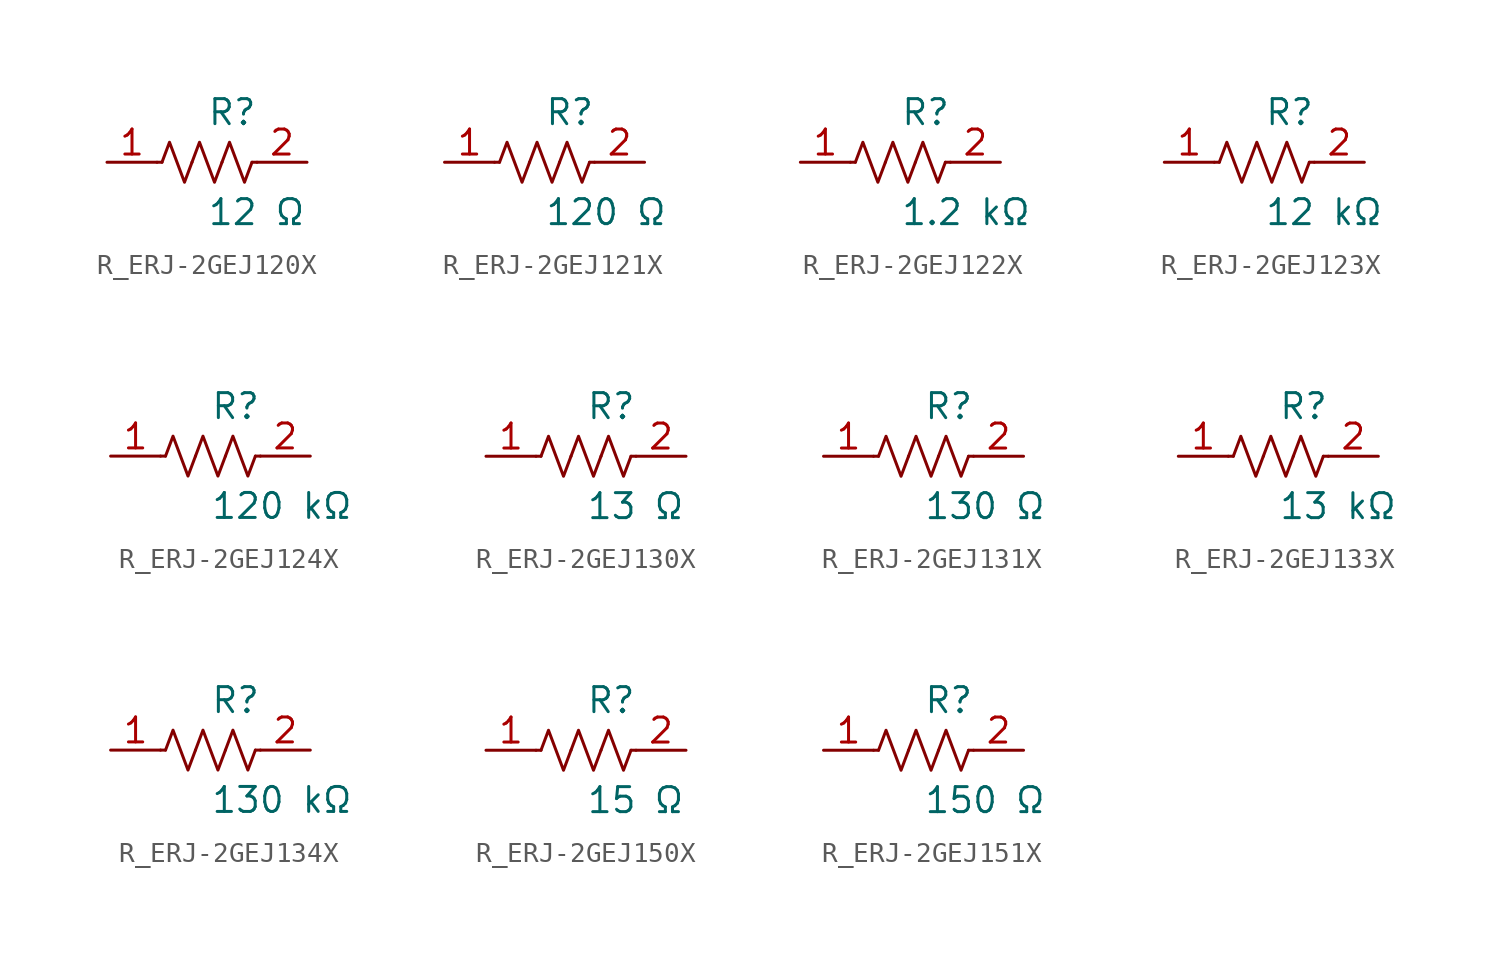
<source format=kicad_sym>
(kicad_symbol_lib
  (version 20231120)
  (generator kicad_symbol_editor)
  (generator_version 8.0)
  (symbol "R_ERJ-2GEJ120X"
    (pin_names
      (offset 0.254))
    (property "Reference" "R"
      (at 0.0 2.54 0)
      (effects (font (size 1.27 1.27)) (justify left)))
    (property "Value" "12 Ω"
      (at 0.0 -2.54 0)
      (effects (font (size 1.27 1.27)) (justify left)))
    (symbol "R_ERJ-2GEJ120X_0_1"
      (polyline (pts (xy 2.286 0) (xy 2.54 0)) (stroke (width 0) (type default)) (fill (type none)))
      (polyline (pts (xy -2.286 0) (xy -2.54 0)) (stroke (width 0) (type default)) (fill (type none)))
      (polyline (pts (xy 0.762 0) (xy 1.143 1.016) (xy 1.524 0) (xy 1.905 -1.016) (xy 2.286 0)) (stroke (width 0) (type default)) (fill (type none)))
      (polyline (pts (xy -0.762 0) (xy -0.381 1.016) (xy 0 0) (xy 0.381 -1.016) (xy 0.762 0)) (stroke (width 0) (type default)) (fill (type none)))
      (polyline (pts (xy -2.286 0) (xy -1.905 1.016) (xy -1.524 0) (xy -1.143 -1.016) (xy -0.762 0)) (stroke (width 0) (type default)) (fill (type none))))
    (pin unspecified line
      (at -5.08 0 0)
      (length 2.54)
      (name "" (effects (font (size 1.27 1.27))))
      (number "1" (effects (font (size 1.27 1.27)))))
    (pin unspecified line
      (at 5.08 0 180)
      (length 2.54)
      (name "" (effects (font (size 1.27 1.27))))
      (number "2" (effects (font (size 1.27 1.27))))))
  (symbol "R_ERJ-2GEJ121X"
    (pin_names
      (offset 0.254))
    (property "Reference" "R"
      (at 0.0 2.54 0)
      (effects (font (size 1.27 1.27)) (justify left)))
    (property "Value" "120 Ω"
      (at 0.0 -2.54 0)
      (effects (font (size 1.27 1.27)) (justify left)))
    (symbol "R_ERJ-2GEJ121X_0_1"
      (polyline (pts (xy 2.286 0) (xy 2.54 0)) (stroke (width 0) (type default)) (fill (type none)))
      (polyline (pts (xy -2.286 0) (xy -2.54 0)) (stroke (width 0) (type default)) (fill (type none)))
      (polyline (pts (xy 0.762 0) (xy 1.143 1.016) (xy 1.524 0) (xy 1.905 -1.016) (xy 2.286 0)) (stroke (width 0) (type default)) (fill (type none)))
      (polyline (pts (xy -0.762 0) (xy -0.381 1.016) (xy 0 0) (xy 0.381 -1.016) (xy 0.762 0)) (stroke (width 0) (type default)) (fill (type none)))
      (polyline (pts (xy -2.286 0) (xy -1.905 1.016) (xy -1.524 0) (xy -1.143 -1.016) (xy -0.762 0)) (stroke (width 0) (type default)) (fill (type none))))
    (pin unspecified line
      (at -5.08 0 0)
      (length 2.54)
      (name "" (effects (font (size 1.27 1.27))))
      (number "1" (effects (font (size 1.27 1.27)))))
    (pin unspecified line
      (at 5.08 0 180)
      (length 2.54)
      (name "" (effects (font (size 1.27 1.27))))
      (number "2" (effects (font (size 1.27 1.27))))))
  (symbol "R_ERJ-2GEJ122X"
    (pin_names
      (offset 0.254))
    (property "Reference" "R"
      (at 0.0 2.54 0)
      (effects (font (size 1.27 1.27)) (justify left)))
    (property "Value" "1.2 kΩ"
      (at 0.0 -2.54 0)
      (effects (font (size 1.27 1.27)) (justify left)))
    (symbol "R_ERJ-2GEJ122X_0_1"
      (polyline (pts (xy 2.286 0) (xy 2.54 0)) (stroke (width 0) (type default)) (fill (type none)))
      (polyline (pts (xy -2.286 0) (xy -2.54 0)) (stroke (width 0) (type default)) (fill (type none)))
      (polyline (pts (xy 0.762 0) (xy 1.143 1.016) (xy 1.524 0) (xy 1.905 -1.016) (xy 2.286 0)) (stroke (width 0) (type default)) (fill (type none)))
      (polyline (pts (xy -0.762 0) (xy -0.381 1.016) (xy 0 0) (xy 0.381 -1.016) (xy 0.762 0)) (stroke (width 0) (type default)) (fill (type none)))
      (polyline (pts (xy -2.286 0) (xy -1.905 1.016) (xy -1.524 0) (xy -1.143 -1.016) (xy -0.762 0)) (stroke (width 0) (type default)) (fill (type none))))
    (pin unspecified line
      (at -5.08 0 0)
      (length 2.54)
      (name "" (effects (font (size 1.27 1.27))))
      (number "1" (effects (font (size 1.27 1.27)))))
    (pin unspecified line
      (at 5.08 0 180)
      (length 2.54)
      (name "" (effects (font (size 1.27 1.27))))
      (number "2" (effects (font (size 1.27 1.27))))))
  (symbol "R_ERJ-2GEJ123X"
    (pin_names
      (offset 0.254))
    (property "Reference" "R"
      (at 0.0 2.54 0)
      (effects (font (size 1.27 1.27)) (justify left)))
    (property "Value" "12 kΩ"
      (at 0.0 -2.54 0)
      (effects (font (size 1.27 1.27)) (justify left)))
    (symbol "R_ERJ-2GEJ123X_0_1"
      (polyline (pts (xy 2.286 0) (xy 2.54 0)) (stroke (width 0) (type default)) (fill (type none)))
      (polyline (pts (xy -2.286 0) (xy -2.54 0)) (stroke (width 0) (type default)) (fill (type none)))
      (polyline (pts (xy 0.762 0) (xy 1.143 1.016) (xy 1.524 0) (xy 1.905 -1.016) (xy 2.286 0)) (stroke (width 0) (type default)) (fill (type none)))
      (polyline (pts (xy -0.762 0) (xy -0.381 1.016) (xy 0 0) (xy 0.381 -1.016) (xy 0.762 0)) (stroke (width 0) (type default)) (fill (type none)))
      (polyline (pts (xy -2.286 0) (xy -1.905 1.016) (xy -1.524 0) (xy -1.143 -1.016) (xy -0.762 0)) (stroke (width 0) (type default)) (fill (type none))))
    (pin unspecified line
      (at -5.08 0 0)
      (length 2.54)
      (name "" (effects (font (size 1.27 1.27))))
      (number "1" (effects (font (size 1.27 1.27)))))
    (pin unspecified line
      (at 5.08 0 180)
      (length 2.54)
      (name "" (effects (font (size 1.27 1.27))))
      (number "2" (effects (font (size 1.27 1.27))))))
  (symbol "R_ERJ-2GEJ124X"
    (pin_names
      (offset 0.254))
    (property "Reference" "R"
      (at 0.0 2.54 0)
      (effects (font (size 1.27 1.27)) (justify left)))
    (property "Value" "120 kΩ"
      (at 0.0 -2.54 0)
      (effects (font (size 1.27 1.27)) (justify left)))
    (symbol "R_ERJ-2GEJ124X_0_1"
      (polyline (pts (xy 2.286 0) (xy 2.54 0)) (stroke (width 0) (type default)) (fill (type none)))
      (polyline (pts (xy -2.286 0) (xy -2.54 0)) (stroke (width 0) (type default)) (fill (type none)))
      (polyline (pts (xy 0.762 0) (xy 1.143 1.016) (xy 1.524 0) (xy 1.905 -1.016) (xy 2.286 0)) (stroke (width 0) (type default)) (fill (type none)))
      (polyline (pts (xy -0.762 0) (xy -0.381 1.016) (xy 0 0) (xy 0.381 -1.016) (xy 0.762 0)) (stroke (width 0) (type default)) (fill (type none)))
      (polyline (pts (xy -2.286 0) (xy -1.905 1.016) (xy -1.524 0) (xy -1.143 -1.016) (xy -0.762 0)) (stroke (width 0) (type default)) (fill (type none))))
    (pin unspecified line
      (at -5.08 0 0)
      (length 2.54)
      (name "" (effects (font (size 1.27 1.27))))
      (number "1" (effects (font (size 1.27 1.27)))))
    (pin unspecified line
      (at 5.08 0 180)
      (length 2.54)
      (name "" (effects (font (size 1.27 1.27))))
      (number "2" (effects (font (size 1.27 1.27))))))
  (symbol "R_ERJ-2GEJ130X"
    (pin_names
      (offset 0.254))
    (property "Reference" "R"
      (at 0.0 2.54 0)
      (effects (font (size 1.27 1.27)) (justify left)))
    (property "Value" "13 Ω"
      (at 0.0 -2.54 0)
      (effects (font (size 1.27 1.27)) (justify left)))
    (symbol "R_ERJ-2GEJ130X_0_1"
      (polyline (pts (xy 2.286 0) (xy 2.54 0)) (stroke (width 0) (type default)) (fill (type none)))
      (polyline (pts (xy -2.286 0) (xy -2.54 0)) (stroke (width 0) (type default)) (fill (type none)))
      (polyline (pts (xy 0.762 0) (xy 1.143 1.016) (xy 1.524 0) (xy 1.905 -1.016) (xy 2.286 0)) (stroke (width 0) (type default)) (fill (type none)))
      (polyline (pts (xy -0.762 0) (xy -0.381 1.016) (xy 0 0) (xy 0.381 -1.016) (xy 0.762 0)) (stroke (width 0) (type default)) (fill (type none)))
      (polyline (pts (xy -2.286 0) (xy -1.905 1.016) (xy -1.524 0) (xy -1.143 -1.016) (xy -0.762 0)) (stroke (width 0) (type default)) (fill (type none))))
    (pin unspecified line
      (at -5.08 0 0)
      (length 2.54)
      (name "" (effects (font (size 1.27 1.27))))
      (number "1" (effects (font (size 1.27 1.27)))))
    (pin unspecified line
      (at 5.08 0 180)
      (length 2.54)
      (name "" (effects (font (size 1.27 1.27))))
      (number "2" (effects (font (size 1.27 1.27))))))
  (symbol "R_ERJ-2GEJ131X"
    (pin_names
      (offset 0.254))
    (property "Reference" "R"
      (at 0.0 2.54 0)
      (effects (font (size 1.27 1.27)) (justify left)))
    (property "Value" "130 Ω"
      (at 0.0 -2.54 0)
      (effects (font (size 1.27 1.27)) (justify left)))
    (symbol "R_ERJ-2GEJ131X_0_1"
      (polyline (pts (xy 2.286 0) (xy 2.54 0)) (stroke (width 0) (type default)) (fill (type none)))
      (polyline (pts (xy -2.286 0) (xy -2.54 0)) (stroke (width 0) (type default)) (fill (type none)))
      (polyline (pts (xy 0.762 0) (xy 1.143 1.016) (xy 1.524 0) (xy 1.905 -1.016) (xy 2.286 0)) (stroke (width 0) (type default)) (fill (type none)))
      (polyline (pts (xy -0.762 0) (xy -0.381 1.016) (xy 0 0) (xy 0.381 -1.016) (xy 0.762 0)) (stroke (width 0) (type default)) (fill (type none)))
      (polyline (pts (xy -2.286 0) (xy -1.905 1.016) (xy -1.524 0) (xy -1.143 -1.016) (xy -0.762 0)) (stroke (width 0) (type default)) (fill (type none))))
    (pin unspecified line
      (at -5.08 0 0)
      (length 2.54)
      (name "" (effects (font (size 1.27 1.27))))
      (number "1" (effects (font (size 1.27 1.27)))))
    (pin unspecified line
      (at 5.08 0 180)
      (length 2.54)
      (name "" (effects (font (size 1.27 1.27))))
      (number "2" (effects (font (size 1.27 1.27))))))
  (symbol "R_ERJ-2GEJ133X"
    (pin_names
      (offset 0.254))
    (property "Reference" "R"
      (at 0.0 2.54 0)
      (effects (font (size 1.27 1.27)) (justify left)))
    (property "Value" "13 kΩ"
      (at 0.0 -2.54 0)
      (effects (font (size 1.27 1.27)) (justify left)))
    (symbol "R_ERJ-2GEJ133X_0_1"
      (polyline (pts (xy 2.286 0) (xy 2.54 0)) (stroke (width 0) (type default)) (fill (type none)))
      (polyline (pts (xy -2.286 0) (xy -2.54 0)) (stroke (width 0) (type default)) (fill (type none)))
      (polyline (pts (xy 0.762 0) (xy 1.143 1.016) (xy 1.524 0) (xy 1.905 -1.016) (xy 2.286 0)) (stroke (width 0) (type default)) (fill (type none)))
      (polyline (pts (xy -0.762 0) (xy -0.381 1.016) (xy 0 0) (xy 0.381 -1.016) (xy 0.762 0)) (stroke (width 0) (type default)) (fill (type none)))
      (polyline (pts (xy -2.286 0) (xy -1.905 1.016) (xy -1.524 0) (xy -1.143 -1.016) (xy -0.762 0)) (stroke (width 0) (type default)) (fill (type none))))
    (pin unspecified line
      (at -5.08 0 0)
      (length 2.54)
      (name "" (effects (font (size 1.27 1.27))))
      (number "1" (effects (font (size 1.27 1.27)))))
    (pin unspecified line
      (at 5.08 0 180)
      (length 2.54)
      (name "" (effects (font (size 1.27 1.27))))
      (number "2" (effects (font (size 1.27 1.27))))))
  (symbol "R_ERJ-2GEJ134X"
    (pin_names
      (offset 0.254))
    (property "Reference" "R"
      (at 0.0 2.54 0)
      (effects (font (size 1.27 1.27)) (justify left)))
    (property "Value" "130 kΩ"
      (at 0.0 -2.54 0)
      (effects (font (size 1.27 1.27)) (justify left)))
    (symbol "R_ERJ-2GEJ134X_0_1"
      (polyline (pts (xy 2.286 0) (xy 2.54 0)) (stroke (width 0) (type default)) (fill (type none)))
      (polyline (pts (xy -2.286 0) (xy -2.54 0)) (stroke (width 0) (type default)) (fill (type none)))
      (polyline (pts (xy 0.762 0) (xy 1.143 1.016) (xy 1.524 0) (xy 1.905 -1.016) (xy 2.286 0)) (stroke (width 0) (type default)) (fill (type none)))
      (polyline (pts (xy -0.762 0) (xy -0.381 1.016) (xy 0 0) (xy 0.381 -1.016) (xy 0.762 0)) (stroke (width 0) (type default)) (fill (type none)))
      (polyline (pts (xy -2.286 0) (xy -1.905 1.016) (xy -1.524 0) (xy -1.143 -1.016) (xy -0.762 0)) (stroke (width 0) (type default)) (fill (type none))))
    (pin unspecified line
      (at -5.08 0 0)
      (length 2.54)
      (name "" (effects (font (size 1.27 1.27))))
      (number "1" (effects (font (size 1.27 1.27)))))
    (pin unspecified line
      (at 5.08 0 180)
      (length 2.54)
      (name "" (effects (font (size 1.27 1.27))))
      (number "2" (effects (font (size 1.27 1.27))))))
  (symbol "R_ERJ-2GEJ150X"
    (pin_names
      (offset 0.254))
    (property "Reference" "R"
      (at 0.0 2.54 0)
      (effects (font (size 1.27 1.27)) (justify left)))
    (property "Value" "15 Ω"
      (at 0.0 -2.54 0)
      (effects (font (size 1.27 1.27)) (justify left)))
    (symbol "R_ERJ-2GEJ150X_0_1"
      (polyline (pts (xy 2.286 0) (xy 2.54 0)) (stroke (width 0) (type default)) (fill (type none)))
      (polyline (pts (xy -2.286 0) (xy -2.54 0)) (stroke (width 0) (type default)) (fill (type none)))
      (polyline (pts (xy 0.762 0) (xy 1.143 1.016) (xy 1.524 0) (xy 1.905 -1.016) (xy 2.286 0)) (stroke (width 0) (type default)) (fill (type none)))
      (polyline (pts (xy -0.762 0) (xy -0.381 1.016) (xy 0 0) (xy 0.381 -1.016) (xy 0.762 0)) (stroke (width 0) (type default)) (fill (type none)))
      (polyline (pts (xy -2.286 0) (xy -1.905 1.016) (xy -1.524 0) (xy -1.143 -1.016) (xy -0.762 0)) (stroke (width 0) (type default)) (fill (type none))))
    (pin unspecified line
      (at -5.08 0 0)
      (length 2.54)
      (name "" (effects (font (size 1.27 1.27))))
      (number "1" (effects (font (size 1.27 1.27)))))
    (pin unspecified line
      (at 5.08 0 180)
      (length 2.54)
      (name "" (effects (font (size 1.27 1.27))))
      (number "2" (effects (font (size 1.27 1.27))))))
  (symbol "R_ERJ-2GEJ151X"
    (pin_names
      (offset 0.254))
    (property "Reference" "R"
      (at 0.0 2.54 0)
      (effects (font (size 1.27 1.27)) (justify left)))
    (property "Value" "150 Ω"
      (at 0.0 -2.54 0)
      (effects (font (size 1.27 1.27)) (justify left)))
    (symbol "R_ERJ-2GEJ151X_0_1"
      (polyline (pts (xy 2.286 0) (xy 2.54 0)) (stroke (width 0) (type default)) (fill (type none)))
      (polyline (pts (xy -2.286 0) (xy -2.54 0)) (stroke (width 0) (type default)) (fill (type none)))
      (polyline (pts (xy 0.762 0) (xy 1.143 1.016) (xy 1.524 0) (xy 1.905 -1.016) (xy 2.286 0)) (stroke (width 0) (type default)) (fill (type none)))
      (polyline (pts (xy -0.762 0) (xy -0.381 1.016) (xy 0 0) (xy 0.381 -1.016) (xy 0.762 0)) (stroke (width 0) (type default)) (fill (type none)))
      (polyline (pts (xy -2.286 0) (xy -1.905 1.016) (xy -1.524 0) (xy -1.143 -1.016) (xy -0.762 0)) (stroke (width 0) (type default)) (fill (type none))))
    (pin unspecified line
      (at -5.08 0 0)
      (length 2.54)
      (name "" (effects (font (size 1.27 1.27))))
      (number "1" (effects (font (size 1.27 1.27)))))
    (pin unspecified line
      (at 5.08 0 180)
      (length 2.54)
      (name "" (effects (font (size 1.27 1.27))))
      (number "2" (effects (font (size 1.27 1.27)))))))
</source>
